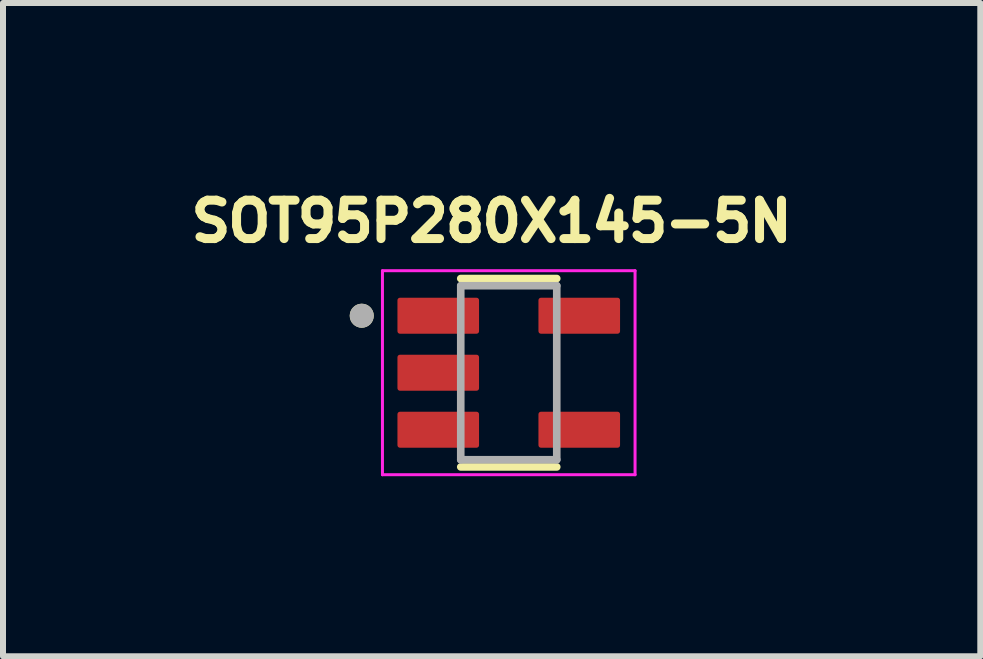
<source format=kicad_pcb>
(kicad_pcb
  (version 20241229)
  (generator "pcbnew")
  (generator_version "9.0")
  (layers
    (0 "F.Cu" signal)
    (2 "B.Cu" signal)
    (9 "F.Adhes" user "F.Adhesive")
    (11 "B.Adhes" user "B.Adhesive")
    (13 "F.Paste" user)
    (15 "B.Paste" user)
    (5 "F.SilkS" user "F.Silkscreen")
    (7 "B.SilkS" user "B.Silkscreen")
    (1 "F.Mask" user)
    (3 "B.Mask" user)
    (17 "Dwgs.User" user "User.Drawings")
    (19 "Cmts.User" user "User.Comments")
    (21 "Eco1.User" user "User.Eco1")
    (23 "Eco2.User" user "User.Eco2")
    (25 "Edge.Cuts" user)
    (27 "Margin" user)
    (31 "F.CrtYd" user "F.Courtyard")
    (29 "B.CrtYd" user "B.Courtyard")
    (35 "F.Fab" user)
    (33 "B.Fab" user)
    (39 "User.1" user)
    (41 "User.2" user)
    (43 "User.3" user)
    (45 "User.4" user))
  (footprint "SOT95P280X145-5N"
    (layer "F.Cu")
    (at 5.429 3.162)
    (property "Reference" "SOT95P280X145-5N" (at -0.285 -2.524 0) (layer "F.SilkS") (effects (font (size 0.64 0.64) (thickness 0.15))))
    (attr through_hole)
    (fp_line (start -0.8 -1.57) (end 0.8 -1.57) (stroke (width 0.127) (type solid)) (layer "F.SilkS"))
    (fp_line (start -0.8 1.57) (end 0.8 1.57) (stroke (width 0.127) (type solid)) (layer "F.SilkS"))
    (fp_circle (center -2.45 -0.95) (end -2.35 -0.95) (stroke (width 0.2) (type solid)) (fill no) (layer "F.SilkS"))
    (fp_line (start -2.105 -1.7) (end -2.105 1.7) (stroke (width 0.05) (type solid)) (layer "F.CrtYd"))
    (fp_line (start -2.105 1.7) (end 2.105 1.7) (stroke (width 0.05) (type solid)) (layer "F.CrtYd"))
    (fp_line (start 2.105 -1.7) (end -2.105 -1.7) (stroke (width 0.05) (type solid)) (layer "F.CrtYd"))
    (fp_line (start 2.105 1.7) (end 2.105 -1.7) (stroke (width 0.05) (type solid)) (layer "F.CrtYd"))
    (fp_line (start -0.8 -1.45) (end 0.8 -1.45) (stroke (width 0.127) (type solid)) (layer "F.Fab"))
    (fp_line (start -0.8 1.45) (end -0.8 -1.45) (stroke (width 0.127) (type solid)) (layer "F.Fab"))
    (fp_line (start 0.8 -1.45) (end 0.8 1.45) (stroke (width 0.127) (type solid)) (layer "F.Fab"))
    (fp_line (start 0.8 1.45) (end -0.8 1.45) (stroke (width 0.127) (type solid)) (layer "F.Fab"))
    (fp_circle (center -2.45 -0.95) (end -2.35 -0.95) (stroke (width 0.2) (type solid)) (fill no) (layer "F.Fab"))
    (pad "1" smd roundrect (at -1.175 -0.95) (size 1.36 0.6) (layers "F.Cu" "F.Mask" "F.Paste") (roundrect_rratio 0.07))
    (pad "2" smd roundrect (at -1.175 0) (size 1.36 0.6) (layers "F.Cu" "F.Mask" "F.Paste") (roundrect_rratio 0.07))
    (pad "3" smd roundrect (at -1.175 0.95) (size 1.36 0.6) (layers "F.Cu" "F.Mask" "F.Paste") (roundrect_rratio 0.07))
    (pad "4" smd roundrect (at 1.175 0.95) (size 1.36 0.6) (layers "F.Cu" "F.Mask" "F.Paste") (roundrect_rratio 0.07))
    (pad "5" smd roundrect (at 1.175 -0.95) (size 1.36 0.6) (layers "F.Cu" "F.Mask" "F.Paste") (roundrect_rratio 0.07)))
  (gr_rect
    (start -3 -3)
    (end 13.288 7.887)
    (stroke (width 0.1) (type default))
    (fill no)
    (layer "Edge.Cuts")))
</source>
